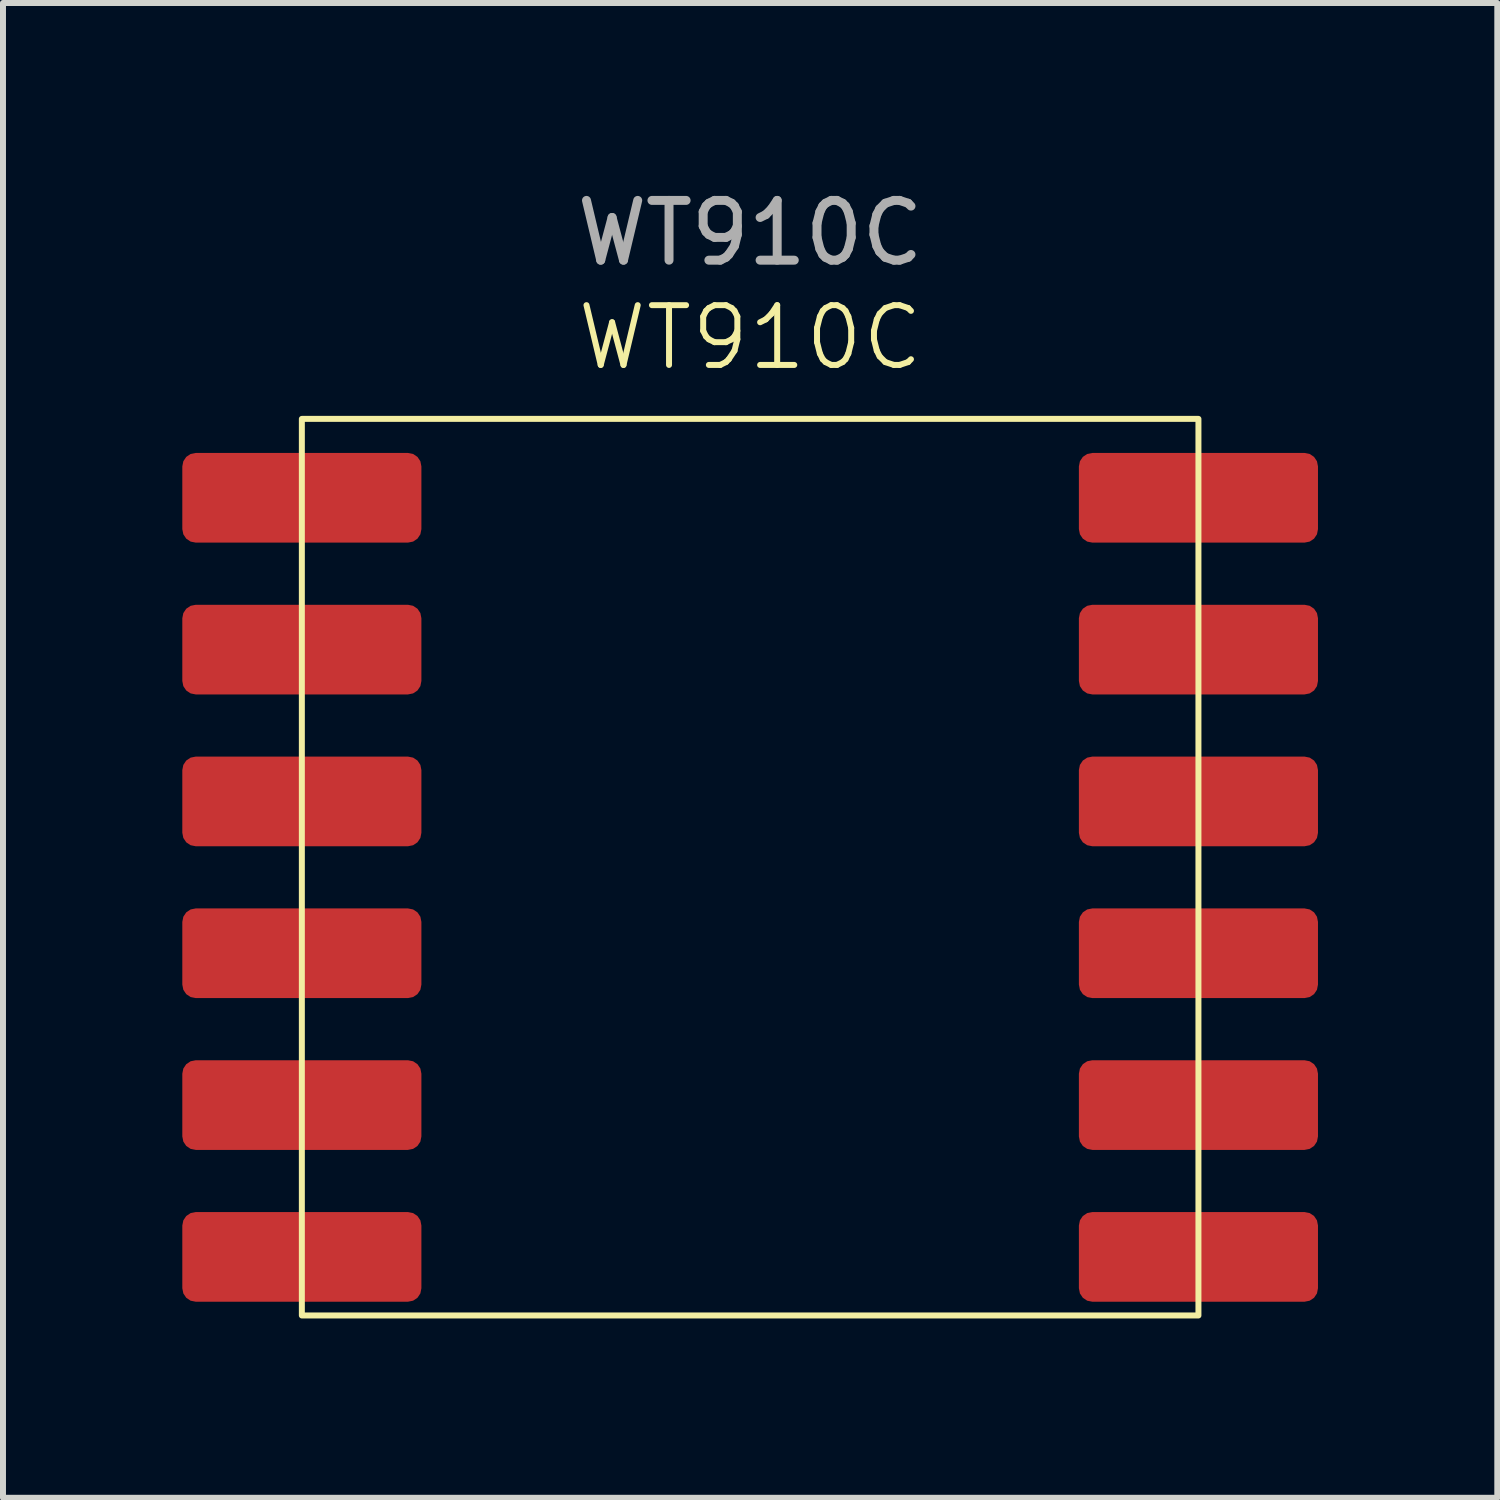
<source format=kicad_pcb>
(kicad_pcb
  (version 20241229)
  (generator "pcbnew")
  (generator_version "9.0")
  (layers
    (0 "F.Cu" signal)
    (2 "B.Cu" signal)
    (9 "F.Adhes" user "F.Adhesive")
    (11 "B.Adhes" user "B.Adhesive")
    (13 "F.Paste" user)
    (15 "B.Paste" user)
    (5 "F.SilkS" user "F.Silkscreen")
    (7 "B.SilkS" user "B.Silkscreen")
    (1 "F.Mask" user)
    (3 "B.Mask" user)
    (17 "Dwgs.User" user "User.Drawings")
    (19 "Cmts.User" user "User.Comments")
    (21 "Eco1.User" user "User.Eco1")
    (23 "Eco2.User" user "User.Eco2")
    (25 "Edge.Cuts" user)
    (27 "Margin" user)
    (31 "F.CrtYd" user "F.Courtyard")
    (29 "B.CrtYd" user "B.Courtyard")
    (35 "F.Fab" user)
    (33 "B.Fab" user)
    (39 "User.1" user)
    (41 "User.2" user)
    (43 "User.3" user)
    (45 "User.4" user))
  (footprint "WT910C"
    (layer "F.Cu")
    (at 9.5 11.278)
    (property "Reference" "WT910C" (at 0 -8.68 0) (unlocked yes) (layer "F.SilkS") (effects (font (size 1 1) (thickness 0.1))))
    (attr through_hole)
    (fp_rect (start -7.5 -7.32) (end 7.5 7.68) (stroke (width 0.1) (type default)) (fill no) (layer "F.SilkS"))
    (fp_text user "${REFERENCE}" (at 0 -10.43 0) (unlocked yes) (layer "F.Fab") (effects (font (size 1 1) (thickness 0.15))))
    (pad "1" smd roundrect (at -7.5 -6) (size 4 1.5) (layers "F.Cu" "F.Mask" "F.Paste") (roundrect_rratio 0.15))
    (pad "2" smd roundrect (at -7.5 -3.46) (size 4 1.5) (layers "F.Cu" "F.Mask" "F.Paste") (roundrect_rratio 0.15))
    (pad "3" smd roundrect (at -7.5 -0.92) (size 4 1.5) (layers "F.Cu" "F.Mask" "F.Paste") (roundrect_rratio 0.15))
    (pad "4" smd roundrect (at -7.5 1.62) (size 4 1.5) (layers "F.Cu" "F.Mask" "F.Paste") (roundrect_rratio 0.15))
    (pad "5" smd roundrect (at -7.5 4.16) (size 4 1.5) (layers "F.Cu" "F.Mask" "F.Paste") (roundrect_rratio 0.15))
    (pad "6" smd roundrect (at -7.5 6.7) (size 4 1.5) (layers "F.Cu" "F.Mask" "F.Paste") (roundrect_rratio 0.15))
    (pad "7" smd roundrect (at 7.5 -6) (size 4 1.5) (layers "F.Cu" "F.Mask" "F.Paste") (roundrect_rratio 0.15))
    (pad "8" smd roundrect (at 7.5 -3.46) (size 4 1.5) (layers "F.Cu" "F.Mask" "F.Paste") (roundrect_rratio 0.15))
    (pad "9" smd roundrect (at 7.5 -0.92) (size 4 1.5) (layers "F.Cu" "F.Mask" "F.Paste") (roundrect_rratio 0.15))
    (pad "10" smd roundrect (at 7.5 1.62) (size 4 1.5) (layers "F.Cu" "F.Mask" "F.Paste") (roundrect_rratio 0.15))
    (pad "11" smd roundrect (at 7.5 4.16) (size 4 1.5) (layers "F.Cu" "F.Mask" "F.Paste") (roundrect_rratio 0.15))
    (pad "12" smd roundrect (at 7.5 6.7) (size 4 1.5) (layers "F.Cu" "F.Mask" "F.Paste") (roundrect_rratio 0.15)))
  (gr_rect
    (start -3 -3)
    (end 22 22.008)
    (stroke (width 0.1) (type default))
    (fill no)
    (layer "Edge.Cuts")))
</source>
